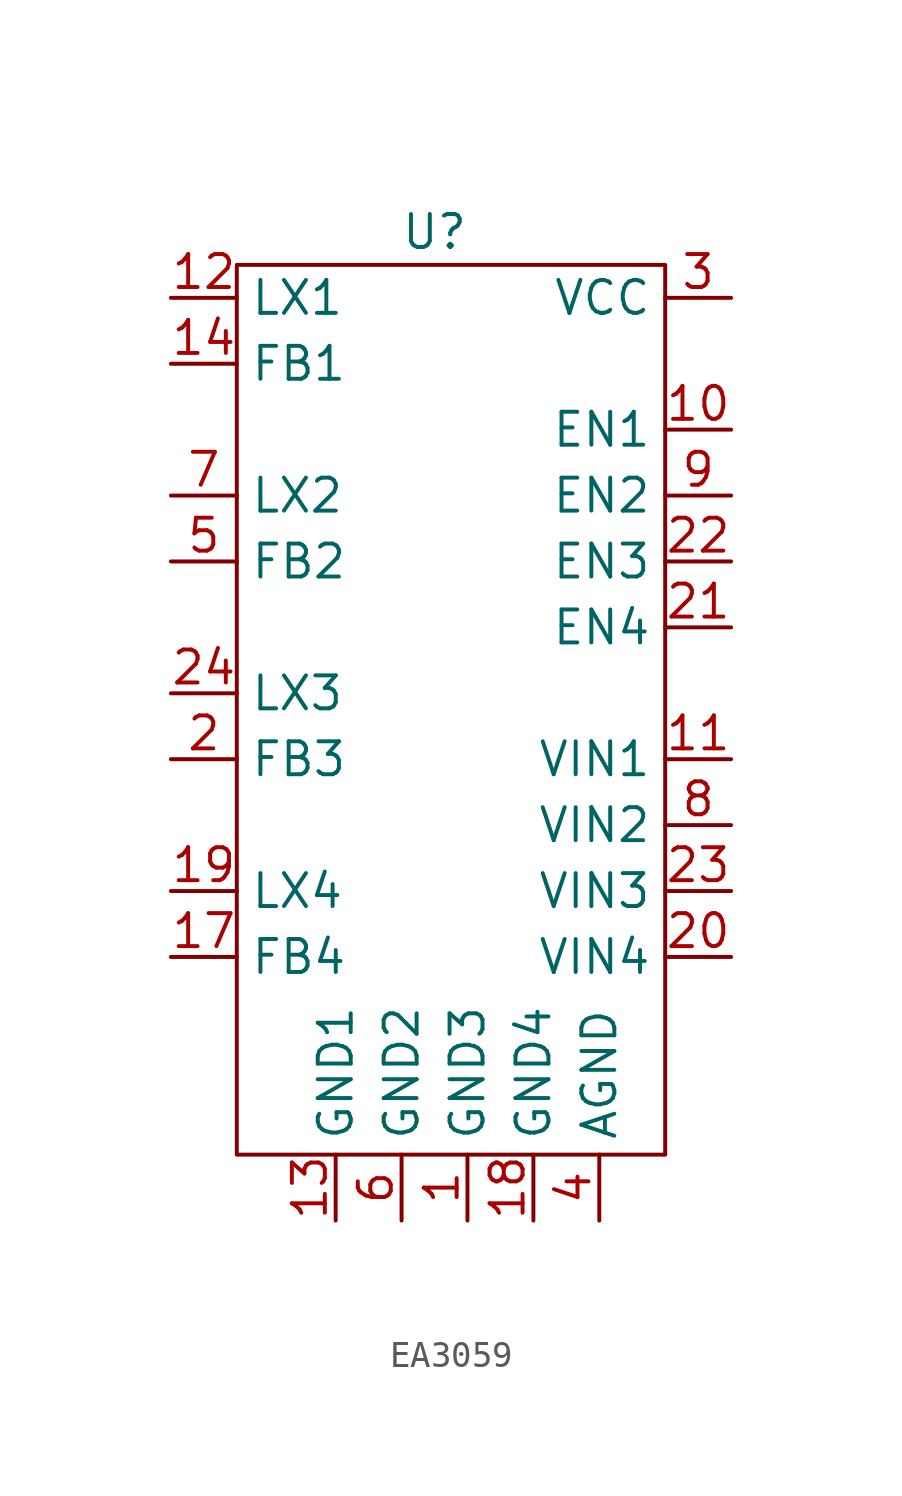
<source format=kicad_sym>
(kicad_symbol_lib
  (version 20241209)
  (generator "kicad_symbol_editor")
  (generator_version "9.0")
  (symbol "EA3059"
    (property "Reference" "U"
      (at 0 0 0)
      (effects (font (size 1.27 1.27))))
    (property "Value" ""
      (at 0 0 0)
      (effects (font (size 1.27 1.27))))
    (symbol "EA3059_0_1"
      (rectangle (start -7.62 -1.27) (end 8.89 -35.56) (stroke (width 0) (type default)) (fill (type none))))
    (symbol "EA3059_1_1"
      (pin output line (at -10.16 -2.54 0) (length 2.54) (name "LX1" (effects (font (size 1.27 1.27)))) (number "12" (effects (font (size 1.27 1.27)))))
      (pin input line (at -10.16 -5.08 0) (length 2.54) (name "FB1" (effects (font (size 1.27 1.27)))) (number "14" (effects (font (size 1.27 1.27)))))
      (pin output line (at -10.16 -10.16 0) (length 2.54) (name "LX2" (effects (font (size 1.27 1.27)))) (number "7" (effects (font (size 1.27 1.27)))))
      (pin input line (at -10.16 -12.7 0) (length 2.54) (name "FB2" (effects (font (size 1.27 1.27)))) (number "5" (effects (font (size 1.27 1.27)))))
      (pin output line (at -10.16 -17.78 0) (length 2.54) (name "LX3" (effects (font (size 1.27 1.27)))) (number "24" (effects (font (size 1.27 1.27)))))
      (pin input line (at -10.16 -20.32 0) (length 2.54) (name "FB3" (effects (font (size 1.27 1.27)))) (number "2" (effects (font (size 1.27 1.27)))))
      (pin output line (at -10.16 -25.4 0) (length 2.54) (name "LX4" (effects (font (size 1.27 1.27)))) (number "19" (effects (font (size 1.27 1.27)))))
      (pin input line (at -10.16 -27.94 0) (length 2.54) (name "FB4" (effects (font (size 1.27 1.27)))) (number "17" (effects (font (size 1.27 1.27)))))
      (pin power_out line (at -3.81 -38.1 90) (length 2.54) (name "GND1" (effects (font (size 1.27 1.27)))) (number "13" (effects (font (size 1.27 1.27)))))
      (pin power_out line (at -1.27 -38.1 90) (length 2.54) (name "GND2" (effects (font (size 1.27 1.27)))) (number "6" (effects (font (size 1.27 1.27)))))
      (pin power_out line (at 1.27 -38.1 90) (length 2.54) (name "GND3" (effects (font (size 1.27 1.27)))) (number "1" (effects (font (size 1.27 1.27)))))
      (pin power_out line (at 3.81 -38.1 90) (length 2.54) (name "GND4" (effects (font (size 1.27 1.27)))) (number "18" (effects (font (size 1.27 1.27)))))
      (pin power_out line (at 6.35 -38.1 90) (length 2.54) (name "AGND" (effects (font (size 1.27 1.27)))) (number "4" (effects (font (size 1.27 1.27)))))
      (pin power_in line (at 11.43 -2.54 180) (length 2.54) (name "VCC" (effects (font (size 1.27 1.27)))) (number "3" (effects (font (size 1.27 1.27)))))
      (pin input line (at 11.43 -7.62 180) (length 2.54) (name "EN1" (effects (font (size 1.27 1.27)))) (number "10" (effects (font (size 1.27 1.27)))))
      (pin input line (at 11.43 -10.16 180) (length 2.54) (name "EN2" (effects (font (size 1.27 1.27)))) (number "9" (effects (font (size 1.27 1.27)))))
      (pin input line (at 11.43 -12.7 180) (length 2.54) (name "EN3" (effects (font (size 1.27 1.27)))) (number "22" (effects (font (size 1.27 1.27)))))
      (pin input line (at 11.43 -15.24 180) (length 2.54) (name "EN4" (effects (font (size 1.27 1.27)))) (number "21" (effects (font (size 1.27 1.27)))))
      (pin power_in line (at 11.43 -20.32 180) (length 2.54) (name "VIN1" (effects (font (size 1.27 1.27)))) (number "11" (effects (font (size 1.27 1.27)))))
      (pin power_in line (at 11.43 -22.86 180) (length 2.54) (name "VIN2" (effects (font (size 1.27 1.27)))) (number "8" (effects (font (size 1.27 1.27)))))
      (pin power_in line (at 11.43 -25.4 180) (length 2.54) (name "VIN3" (effects (font (size 1.27 1.27)))) (number "23" (effects (font (size 1.27 1.27)))))
      (pin power_in line (at 11.43 -27.94 180) (length 2.54) (name "VIN4" (effects (font (size 1.27 1.27)))) (number "20" (effects (font (size 1.27 1.27))))))))
</source>
